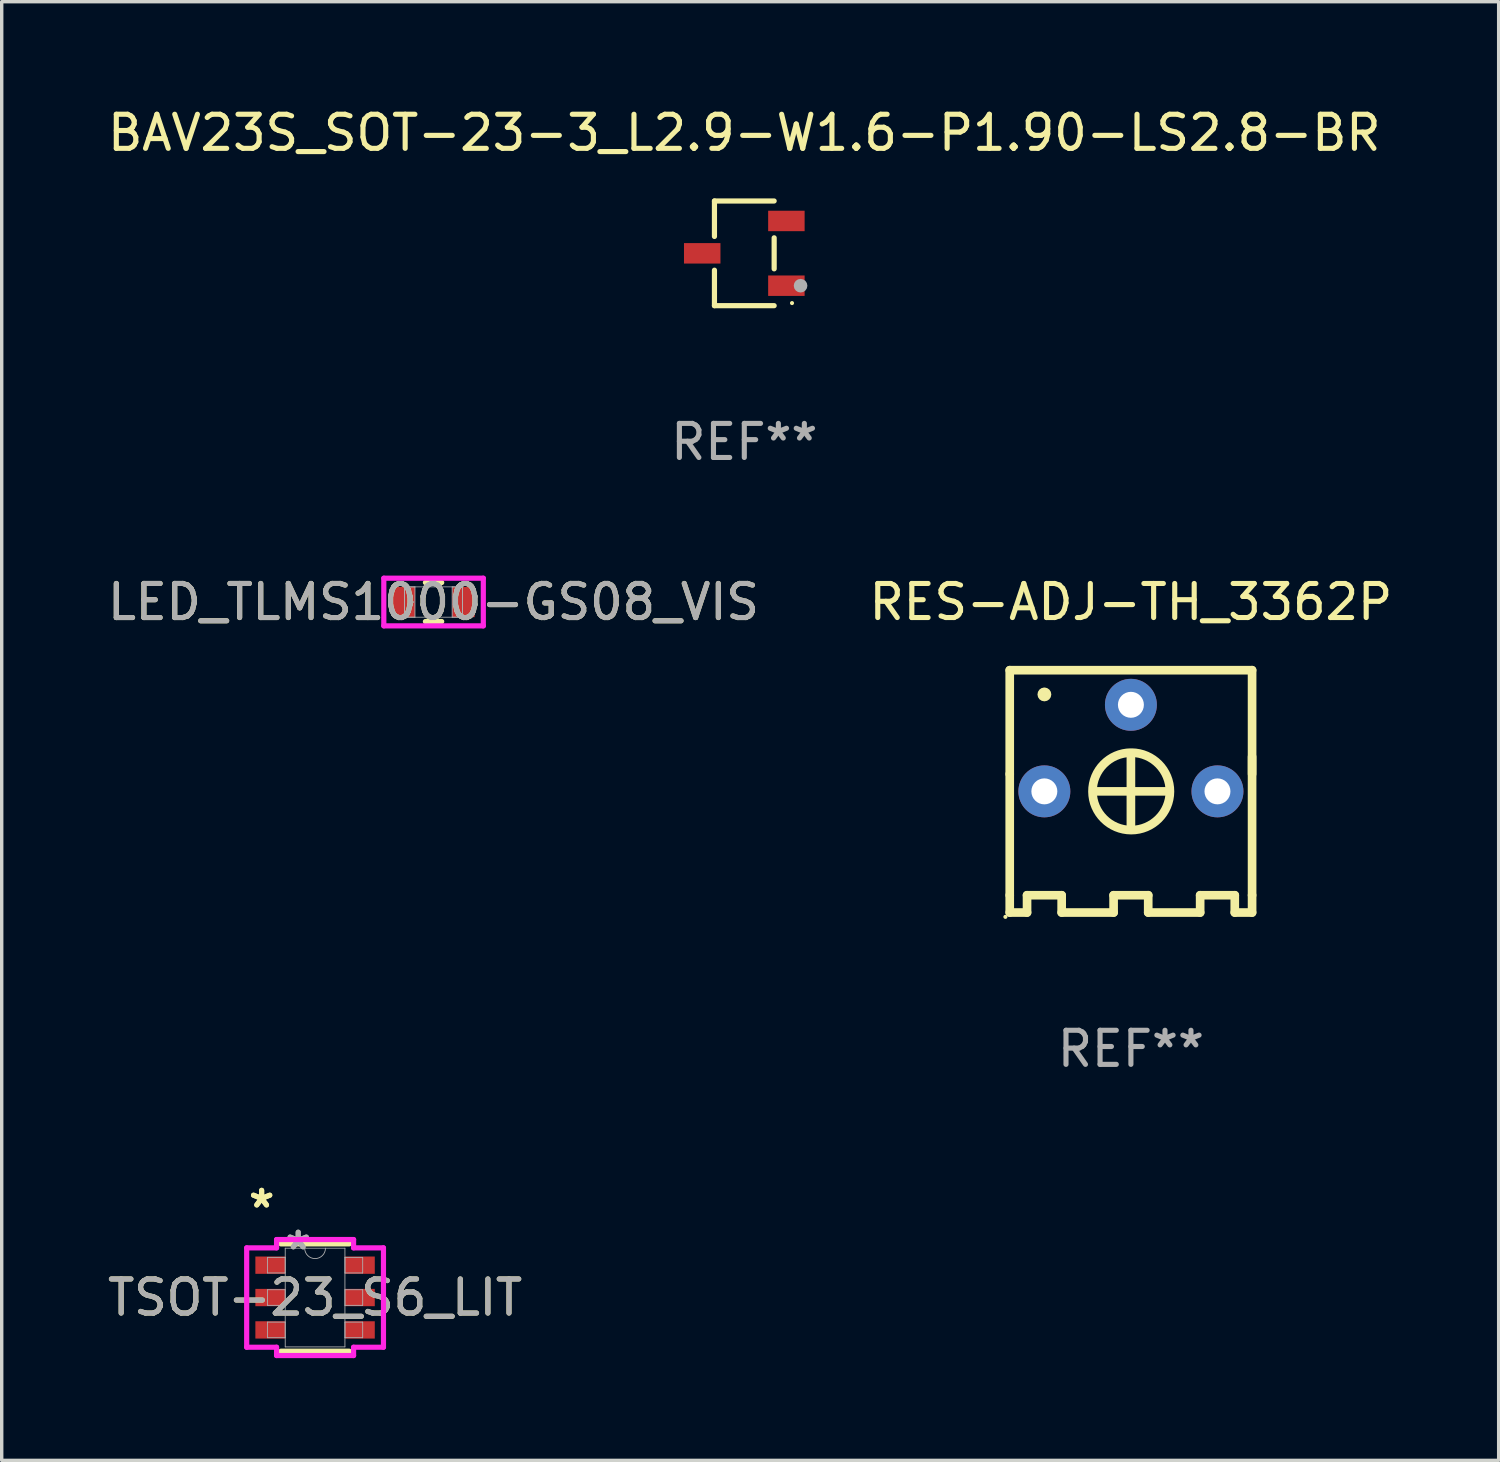
<source format=kicad_pcb>
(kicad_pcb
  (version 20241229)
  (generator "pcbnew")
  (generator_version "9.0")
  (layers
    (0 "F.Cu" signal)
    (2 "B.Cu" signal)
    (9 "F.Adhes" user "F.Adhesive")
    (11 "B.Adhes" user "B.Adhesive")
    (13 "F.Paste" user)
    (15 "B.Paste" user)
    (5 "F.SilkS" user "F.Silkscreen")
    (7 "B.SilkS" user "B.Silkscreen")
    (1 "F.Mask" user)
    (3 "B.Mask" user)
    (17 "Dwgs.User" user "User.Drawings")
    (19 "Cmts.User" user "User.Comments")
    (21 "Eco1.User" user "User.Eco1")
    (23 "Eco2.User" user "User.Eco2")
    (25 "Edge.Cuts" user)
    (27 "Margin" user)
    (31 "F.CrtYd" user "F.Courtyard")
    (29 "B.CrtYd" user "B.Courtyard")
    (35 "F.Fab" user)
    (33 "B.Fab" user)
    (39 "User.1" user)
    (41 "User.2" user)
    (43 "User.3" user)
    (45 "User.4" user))
  (footprint "TSOT-23_S6_LIT"
    (layer "F.Cu")
    (at 6.196 35.027)
    (property "Reference" "TSOT-23_S6_LIT" (at 0 0 0) (unlocked yes) (layer "F.SilkS") (effects (font (size 1 1) (thickness 0.15))))
    (attr smd)
    (fp_line (start -1.003 1.575) (end 1.003 1.575) (stroke (width 0.152) (type solid)) (layer "F.SilkS"))
    (fp_line (start 1.003 -1.575) (end -1.003 -1.575) (stroke (width 0.152) (type solid)) (layer "F.SilkS"))
    (fp_line (start -2.007 -1.458) (end -1.13 -1.458) (stroke (width 0.152) (type solid)) (layer "F.CrtYd"))
    (fp_line (start -2.007 1.458) (end -2.007 -1.458) (stroke (width 0.152) (type solid)) (layer "F.CrtYd"))
    (fp_line (start -2.007 1.458) (end -1.13 1.458) (stroke (width 0.152) (type solid)) (layer "F.CrtYd"))
    (fp_line (start -1.13 -1.702) (end 1.13 -1.702) (stroke (width 0.152) (type solid)) (layer "F.CrtYd"))
    (fp_line (start -1.13 -1.458) (end -1.13 -1.702) (stroke (width 0.152) (type solid)) (layer "F.CrtYd"))
    (fp_line (start -1.13 1.702) (end -1.13 1.458) (stroke (width 0.152) (type solid)) (layer "F.CrtYd"))
    (fp_line (start 1.13 -1.702) (end 1.13 -1.458) (stroke (width 0.152) (type solid)) (layer "F.CrtYd"))
    (fp_line (start 1.13 1.458) (end 1.13 1.702) (stroke (width 0.152) (type solid)) (layer "F.CrtYd"))
    (fp_line (start 1.13 1.702) (end -1.13 1.702) (stroke (width 0.152) (type solid)) (layer "F.CrtYd"))
    (fp_line (start 2.007 -1.458) (end 1.13 -1.458) (stroke (width 0.152) (type solid)) (layer "F.CrtYd"))
    (fp_line (start 2.007 -1.458) (end 2.007 1.458) (stroke (width 0.152) (type solid)) (layer "F.CrtYd"))
    (fp_line (start 2.007 1.458) (end 1.13 1.458) (stroke (width 0.152) (type solid)) (layer "F.CrtYd"))
    (fp_line (start -1.397 -1.179) (end -1.397 -0.721) (stroke (width 0.025) (type solid)) (layer "F.Fab"))
    (fp_line (start -1.397 -0.721) (end -0.876 -0.721) (stroke (width 0.025) (type solid)) (layer "F.Fab"))
    (fp_line (start -1.397 -0.229) (end -1.397 0.229) (stroke (width 0.025) (type solid)) (layer "F.Fab"))
    (fp_line (start -1.397 0.229) (end -0.876 0.229) (stroke (width 0.025) (type solid)) (layer "F.Fab"))
    (fp_line (start -1.397 0.721) (end -1.397 1.179) (stroke (width 0.025) (type solid)) (layer "F.Fab"))
    (fp_line (start -1.397 1.179) (end -0.876 1.179) (stroke (width 0.025) (type solid)) (layer "F.Fab"))
    (fp_line (start -0.876 -1.448) (end -0.876 1.448) (stroke (width 0.025) (type solid)) (layer "F.Fab"))
    (fp_line (start -0.876 -1.179) (end -1.397 -1.179) (stroke (width 0.025) (type solid)) (layer "F.Fab"))
    (fp_line (start -0.876 -0.721) (end -0.876 -1.179) (stroke (width 0.025) (type solid)) (layer "F.Fab"))
    (fp_line (start -0.876 -0.229) (end -1.397 -0.229) (stroke (width 0.025) (type solid)) (layer "F.Fab"))
    (fp_line (start -0.876 0.229) (end -0.876 -0.229) (stroke (width 0.025) (type solid)) (layer "F.Fab"))
    (fp_line (start -0.876 0.721) (end -1.397 0.721) (stroke (width 0.025) (type solid)) (layer "F.Fab"))
    (fp_line (start -0.876 1.179) (end -0.876 0.721) (stroke (width 0.025) (type solid)) (layer "F.Fab"))
    (fp_line (start -0.876 1.448) (end 0.876 1.448) (stroke (width 0.025) (type solid)) (layer "F.Fab"))
    (fp_line (start 0.876 -1.448) (end -0.876 -1.448) (stroke (width 0.025) (type solid)) (layer "F.Fab"))
    (fp_line (start 0.876 -1.179) (end 0.876 -0.721) (stroke (width 0.025) (type solid)) (layer "F.Fab"))
    (fp_line (start 0.876 -0.721) (end 1.397 -0.721) (stroke (width 0.025) (type solid)) (layer "F.Fab"))
    (fp_line (start 0.876 -0.229) (end 0.876 0.229) (stroke (width 0.025) (type solid)) (layer "F.Fab"))
    (fp_line (start 0.876 0.229) (end 1.397 0.229) (stroke (width 0.025) (type solid)) (layer "F.Fab"))
    (fp_line (start 0.876 0.721) (end 0.876 1.179) (stroke (width 0.025) (type solid)) (layer "F.Fab"))
    (fp_line (start 0.876 1.179) (end 1.397 1.179) (stroke (width 0.025) (type solid)) (layer "F.Fab"))
    (fp_line (start 0.876 1.448) (end 0.876 -1.448) (stroke (width 0.025) (type solid)) (layer "F.Fab"))
    (fp_line (start 1.397 -1.179) (end 0.876 -1.179) (stroke (width 0.025) (type solid)) (layer "F.Fab"))
    (fp_line (start 1.397 -0.721) (end 1.397 -1.179) (stroke (width 0.025) (type solid)) (layer "F.Fab"))
    (fp_line (start 1.397 -0.229) (end 0.876 -0.229) (stroke (width 0.025) (type solid)) (layer "F.Fab"))
    (fp_line (start 1.397 0.229) (end 1.397 -0.229) (stroke (width 0.025) (type solid)) (layer "F.Fab"))
    (fp_line (start 1.397 0.721) (end 0.876 0.721) (stroke (width 0.025) (type solid)) (layer "F.Fab"))
    (fp_line (start 1.397 1.179) (end 1.397 0.721) (stroke (width 0.025) (type solid)) (layer "F.Fab"))
    (fp_arc (start 0.3048 -1.4478) (mid 0 -1.143) (end -0.3048 -1.4478) (stroke (width 0.0254) (type solid)) (layer "F.Fab"))
    (fp_text user "*" (at -1.568 -2.601 0) (unlocked yes) (layer "F.SilkS") (effects (font (size 1 1) (thickness 0.15))))
    (fp_text user "*" (at -1.568 -2.601 0) (layer "F.SilkS") (effects (font (size 1 1) (thickness 0.15))))
    (fp_text user "${REFERENCE}" (at 0 0 0) (unlocked yes) (layer "F.Fab") (effects (font (size 1 1) (thickness 0.15))))
    (fp_text user "*" (at -0.495 -1.372 0) (unlocked yes) (layer "F.Fab") (effects (font (size 1 1) (thickness 0.15))))
    (fp_text user "*" (at -0.495 -1.372 0) (layer "F.Fab") (effects (font (size 1 1) (thickness 0.15))))
    (pad "1" smd rect (at -1.314 -0.95) (size 0.876 0.508) (layers "F.Cu" "F.Mask" "F.Paste"))
    (pad "2" smd rect (at -1.314 0) (size 0.876 0.508) (layers "F.Cu" "F.Mask" "F.Paste"))
    (pad "3" smd rect (at -1.314 0.95) (size 0.876 0.508) (layers "F.Cu" "F.Mask" "F.Paste"))
    (pad "4" smd rect (at 1.314 0.95) (size 0.876 0.508) (layers "F.Cu" "F.Mask" "F.Paste"))
    (pad "5" smd rect (at 1.314 0) (size 0.876 0.508) (layers "F.Cu" "F.Mask" "F.Paste"))
    (pad "6" smd rect (at 1.314 -0.95) (size 0.876 0.508) (layers "F.Cu" "F.Mask" "F.Paste")))
  (footprint "BAV23S_SOT-23-3_L2.9-W1.6-P1.90-LS2.8-BR"
    (layer "F.Cu")
    (at 18.792 4.384)
    (property "Reference" "BAV23S_SOT-23-3_L2.9-W1.6-P1.90-LS2.8-BR" (at 0 -3.536 0) (layer "F.SilkS") (effects (font (size 1 1) (thickness 0.15))))
    (attr smd)
    (fp_line (start -0.876 -1.536) (end -0.876 -0.495) (stroke (width 0.152) (type solid)) (layer "F.SilkS"))
    (fp_line (start -0.876 1.536) (end -0.876 0.495) (stroke (width 0.152) (type solid)) (layer "F.SilkS"))
    (fp_line (start 0.876 -1.536) (end -0.876 -1.536) (stroke (width 0.152) (type solid)) (layer "F.SilkS"))
    (fp_line (start 0.876 -0.455) (end 0.876 0.455) (stroke (width 0.152) (type solid)) (layer "F.SilkS"))
    (fp_line (start 0.876 1.536) (end -0.876 1.536) (stroke (width 0.152) (type solid)) (layer "F.SilkS"))
    (fp_circle (center 1.4 1.46) (end 1.43 1.46) (stroke (width 0.06) (type solid)) (fill no) (layer "F.SilkS"))
    (fp_circle (center 1.651 0.95) (end 1.751 0.95) (stroke (width 0.2) (type solid)) (fill no) (layer "F.Fab"))
    (fp_text user "REF**" (at 0 5.536 0) (layer "F.Fab") (effects (font (size 1 1) (thickness 0.15))))
    (pad "1" smd rect (at 1.235 0.95) (size 1.07 0.6) (layers "F.Cu" "F.Mask" "F.Paste"))
    (pad "2" smd rect (at 1.235 -0.95) (size 1.07 0.6) (layers "F.Cu" "F.Mask" "F.Paste"))
    (pad "3" smd rect (at -1.235 0) (size 1.07 0.6) (layers "F.Cu" "F.Mask" "F.Paste")))
  (footprint "LED_TLMS1000-GS08_VIS"
    (layer "F.Cu")
    (at 9.673 14.617)
    (property "Reference" "LED_TLMS1000-GS08_VIS" (at 0 0 0) (unlocked yes) (layer "F.SilkS") (effects (font (size 1 1) (thickness 0.15))))
    (attr smd)
    (fp_line (start -0.239 0.572) (end 0.239 0.572) (stroke (width 0.152) (type solid)) (layer "F.SilkS"))
    (fp_line (start 0.239 -0.572) (end -0.239 -0.572) (stroke (width 0.152) (type solid)) (layer "F.SilkS"))
    (fp_line (start -1.46 -0.699) (end 1.46 -0.699) (stroke (width 0.152) (type solid)) (layer "F.CrtYd"))
    (fp_line (start -1.46 0.699) (end -1.46 -0.699) (stroke (width 0.152) (type solid)) (layer "F.CrtYd"))
    (fp_line (start 1.46 -0.699) (end 1.46 0.699) (stroke (width 0.152) (type solid)) (layer "F.CrtYd"))
    (fp_line (start 1.46 0.699) (end -1.46 0.699) (stroke (width 0.152) (type solid)) (layer "F.CrtYd"))
    (fp_line (start -0.851 -0.445) (end -0.851 0.445) (stroke (width 0.025) (type solid)) (layer "F.Fab"))
    (fp_line (start -0.851 -0.445) (end -0.851 0.445) (stroke (width 0.025) (type solid)) (layer "F.Fab"))
    (fp_line (start -0.851 0.445) (end -0.546 0.445) (stroke (width 0.025) (type solid)) (layer "F.Fab"))
    (fp_line (start -0.851 0.445) (end 0.851 0.445) (stroke (width 0.025) (type solid)) (layer "F.Fab"))
    (fp_line (start -0.546 -0.445) (end -0.851 -0.445) (stroke (width 0.025) (type solid)) (layer "F.Fab"))
    (fp_line (start -0.546 0.445) (end -0.546 -0.445) (stroke (width 0.025) (type solid)) (layer "F.Fab"))
    (fp_line (start 0.546 -0.445) (end 0.546 0.445) (stroke (width 0.025) (type solid)) (layer "F.Fab"))
    (fp_line (start 0.546 0.445) (end 0.851 0.445) (stroke (width 0.025) (type solid)) (layer "F.Fab"))
    (fp_line (start 0.851 -0.445) (end -0.851 -0.445) (stroke (width 0.025) (type solid)) (layer "F.Fab"))
    (fp_line (start 0.851 -0.445) (end 0.546 -0.445) (stroke (width 0.025) (type solid)) (layer "F.Fab"))
    (fp_line (start 0.851 0.445) (end 0.851 -0.445) (stroke (width 0.025) (type solid)) (layer "F.Fab"))
    (fp_line (start 0.851 0.445) (end 0.851 -0.445) (stroke (width 0.025) (type solid)) (layer "F.Fab"))
    (fp_circle (center -0.597 0) (end -0.597 0) (stroke (width 0.025) (type solid)) (fill no) (layer "F.Fab"))
    (fp_text user "${REFERENCE}" (at 0 0 0) (unlocked yes) (layer "F.Fab") (effects (font (size 1 1) (thickness 0.15))))
    (pad "1" smd rect (at -0.876 0) (size 0.66 0.889) (layers "F.Cu" "F.Mask" "F.Paste"))
    (pad "2" smd rect (at 0.876 0) (size 0.66 0.889) (layers "F.Cu" "F.Mask" "F.Paste"))
    (zone (net_name "") (layer "F.Cu") (hatch full 0.508) (connect_pads) (min_thickness 0.254) (filled_areas_thickness no) (keepout (tracks not_allowed) (vias not_allowed) (pads allowed) (copperpour not_allowed) (footprints allowed)) (placement (enabled no)) (fill) (polygon (pts (xy 9.177 14.223) (xy 10.168 14.223) (xy 10.168 15.011) (xy 9.177 15.011)))))
  (footprint "RES-ADJ-TH_3362P"
    (layer "F.Cu")
    (at 30.137 18.903)
    (property "Reference" "RES-ADJ-TH_3362P" (at 0 -4.286 0) (layer "F.SilkS") (effects (font (size 1 1) (thickness 0.15))))
    (attr through_hole)
    (fp_line (start -3.556 -2.286) (end 3.556 -2.286) (stroke (width 0.254) (type solid)) (layer "F.SilkS"))
    (fp_line (start -3.556 0.762) (end -3.556 -2.286) (stroke (width 0.254) (type solid)) (layer "F.SilkS"))
    (fp_line (start -3.556 4.318) (end -3.556 0.762) (stroke (width 0.254) (type solid)) (layer "F.SilkS"))
    (fp_line (start -3.556 4.826) (end -3.556 4.318) (stroke (width 0.254) (type solid)) (layer "F.SilkS"))
    (fp_line (start -3.048 4.318) (end -3.048 4.826) (stroke (width 0.254) (type solid)) (layer "F.SilkS"))
    (fp_line (start -3.048 4.826) (end -3.556 4.826) (stroke (width 0.254) (type solid)) (layer "F.SilkS"))
    (fp_line (start -2.032 4.318) (end -3.048 4.318) (stroke (width 0.254) (type solid)) (layer "F.SilkS"))
    (fp_line (start -2.032 4.826) (end -2.032 4.318) (stroke (width 0.254) (type solid)) (layer "F.SilkS"))
    (fp_line (start -0.508 4.318) (end -0.508 4.826) (stroke (width 0.254) (type solid)) (layer "F.SilkS"))
    (fp_line (start -0.508 4.826) (end -2.032 4.826) (stroke (width 0.254) (type solid)) (layer "F.SilkS"))
    (fp_line (start 0 2.286) (end 0 0.254) (stroke (width 0.254) (type solid)) (layer "F.SilkS"))
    (fp_line (start 0.508 4.318) (end -0.508 4.318) (stroke (width 0.254) (type solid)) (layer "F.SilkS"))
    (fp_line (start 0.508 4.826) (end 0.508 4.318) (stroke (width 0.254) (type solid)) (layer "F.SilkS"))
    (fp_line (start 1.016 1.27) (end -1.016 1.27) (stroke (width 0.254) (type solid)) (layer "F.SilkS"))
    (fp_line (start 2.032 4.318) (end 2.032 4.826) (stroke (width 0.254) (type solid)) (layer "F.SilkS"))
    (fp_line (start 2.032 4.826) (end 0.508 4.826) (stroke (width 0.254) (type solid)) (layer "F.SilkS"))
    (fp_line (start 3.048 4.318) (end 2.032 4.318) (stroke (width 0.254) (type solid)) (layer "F.SilkS"))
    (fp_line (start 3.048 4.826) (end 3.048 4.318) (stroke (width 0.254) (type solid)) (layer "F.SilkS"))
    (fp_line (start 3.556 -2.286) (end 3.556 0.762) (stroke (width 0.254) (type solid)) (layer "F.SilkS"))
    (fp_line (start 3.556 0.254) (end 3.556 4.318) (stroke (width 0.254) (type solid)) (layer "F.SilkS"))
    (fp_line (start 3.556 4.318) (end 3.556 4.826) (stroke (width 0.254) (type solid)) (layer "F.SilkS"))
    (fp_line (start 3.556 4.826) (end 3.048 4.826) (stroke (width 0.254) (type solid)) (layer "F.SilkS"))
    (fp_arc (start -2.537465 -1.651003) (mid -2.538685 -1.498614) (end -2.540105 -1.651001) (stroke (width 0.254001) (type solid)) (layer "F.SilkS"))
    (fp_arc (start 0.02032 0.13462) (mid 0.01136 2.406427) (end -0.002399 0.134644) (stroke (width 0.254001) (type solid)) (layer "F.SilkS"))
    (fp_circle (center -3.683 4.953) (end -3.653 4.953) (stroke (width 0.06) (type solid)) (fill no) (layer "F.SilkS"))
    (fp_text user "REF**" (at 0 8.826 0) (layer "F.Fab") (effects (font (size 1 1) (thickness 0.15))))
    (pad "1" thru_hole circle (at -2.54 1.27) (size 1.524 1.524) (drill 0.762) (layers "*.Cu" "*.Mask"))
    (pad "2" thru_hole circle (at 0 -1.27) (size 1.524 1.524) (drill 0.762) (layers "*.Cu" "*.Mask"))
    (pad "3" thru_hole circle (at 2.54 1.27) (size 1.524 1.524) (drill 0.762) (layers "*.Cu" "*.Mask")))
  (gr_rect
    (start -3 -3)
    (end 40.929 39.805)
    (stroke (width 0.1) (type default))
    (fill no)
    (layer "Edge.Cuts")))
</source>
